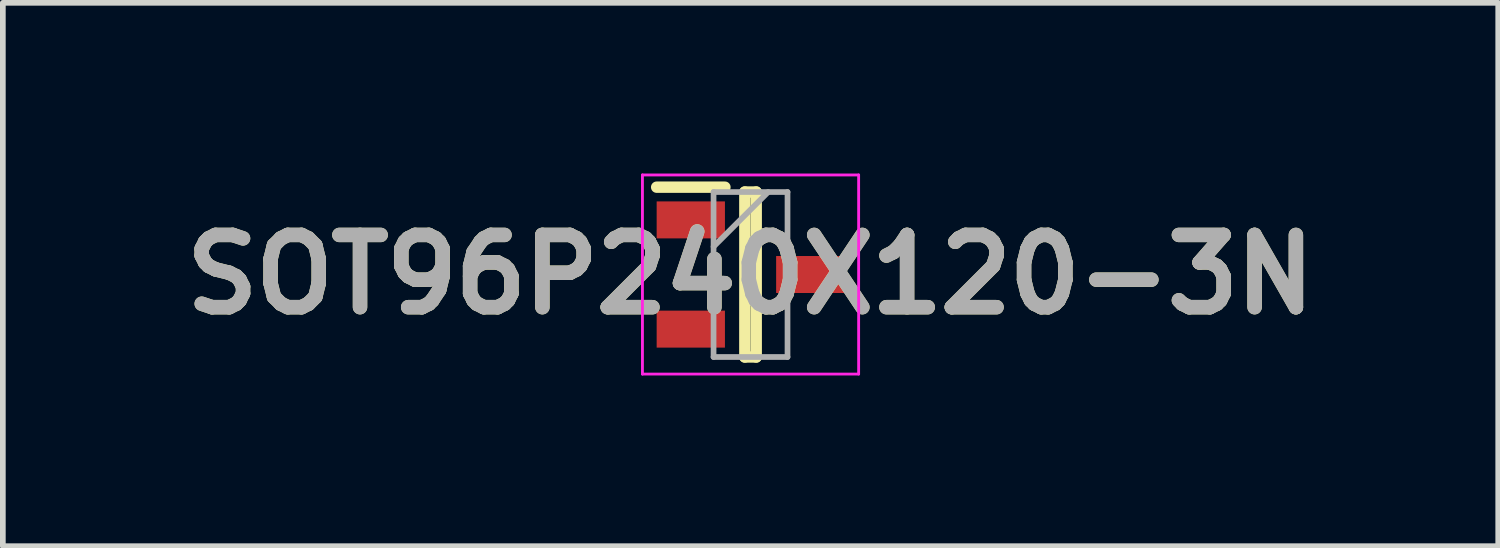
<source format=kicad_pcb>
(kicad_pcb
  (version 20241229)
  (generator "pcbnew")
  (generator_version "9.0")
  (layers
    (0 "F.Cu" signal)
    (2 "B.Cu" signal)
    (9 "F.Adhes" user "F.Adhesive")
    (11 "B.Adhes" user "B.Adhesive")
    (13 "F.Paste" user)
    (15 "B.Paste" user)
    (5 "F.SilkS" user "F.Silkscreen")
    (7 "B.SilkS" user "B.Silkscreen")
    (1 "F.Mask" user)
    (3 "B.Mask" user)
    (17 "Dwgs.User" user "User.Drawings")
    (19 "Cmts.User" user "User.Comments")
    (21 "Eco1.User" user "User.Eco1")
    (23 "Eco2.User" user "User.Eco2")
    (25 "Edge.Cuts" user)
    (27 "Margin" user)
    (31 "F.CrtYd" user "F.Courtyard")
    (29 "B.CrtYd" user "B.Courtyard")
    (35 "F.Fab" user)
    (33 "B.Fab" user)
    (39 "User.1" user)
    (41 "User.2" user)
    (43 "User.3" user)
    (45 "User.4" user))
  (footprint "SOT96P240X120-3N"
    (layer "F.Cu")
    (at 10.142 1.775)
    (property "Reference" "SOT96P240X120-3N" (at 0 0 0) (layer "F.SilkS") (effects (font (size 1.27 1.27) (thickness 0.254))))
    (attr smd)
    (fp_line (start -1.65 -1.535) (end -0.45 -1.535) (stroke (width 0.2) (type solid)) (layer "F.SilkS"))
    (fp_line (start -0.1 -1.45) (end 0.1 -1.45) (stroke (width 0.2) (type solid)) (layer "F.SilkS"))
    (fp_line (start -0.1 1.45) (end -0.1 -1.45) (stroke (width 0.2) (type solid)) (layer "F.SilkS"))
    (fp_line (start 0.1 -1.45) (end 0.1 1.45) (stroke (width 0.2) (type solid)) (layer "F.SilkS"))
    (fp_line (start 0.1 1.45) (end -0.1 1.45) (stroke (width 0.2) (type solid)) (layer "F.SilkS"))
    (fp_line (start -1.9 -1.75) (end 1.9 -1.75) (stroke (width 0.05) (type solid)) (layer "F.CrtYd"))
    (fp_line (start -1.9 1.75) (end -1.9 -1.75) (stroke (width 0.05) (type solid)) (layer "F.CrtYd"))
    (fp_line (start 1.9 -1.75) (end 1.9 1.75) (stroke (width 0.05) (type solid)) (layer "F.CrtYd"))
    (fp_line (start 1.9 1.75) (end -1.9 1.75) (stroke (width 0.05) (type solid)) (layer "F.CrtYd"))
    (fp_line (start -0.65 -1.45) (end 0.65 -1.45) (stroke (width 0.1) (type solid)) (layer "F.Fab"))
    (fp_line (start -0.65 -0.49) (end 0.31 -1.45) (stroke (width 0.1) (type solid)) (layer "F.Fab"))
    (fp_line (start -0.65 1.45) (end -0.65 -1.45) (stroke (width 0.1) (type solid)) (layer "F.Fab"))
    (fp_line (start 0.65 -1.45) (end 0.65 1.45) (stroke (width 0.1) (type solid)) (layer "F.Fab"))
    (fp_line (start 0.65 1.45) (end -0.65 1.45) (stroke (width 0.1) (type solid)) (layer "F.Fab"))
    (fp_text user "${REFERENCE}" (at 0 0 0) (layer "F.Fab") (effects (font (size 1.27 1.27) (thickness 0.254))))
    (pad "1" smd rect (at -1.05 -0.96 90) (size 0.65 1.2) (layers "F.Cu" "F.Mask" "F.Paste"))
    (pad "2" smd rect (at -1.05 0.96 90) (size 0.65 1.2) (layers "F.Cu" "F.Mask" "F.Paste"))
    (pad "3" smd rect (at 1.05 0 90) (size 0.65 1.2) (layers "F.Cu" "F.Mask" "F.Paste")))
  (gr_rect
    (start -3 -3)
    (end 23.284 6.55)
    (stroke (width 0.1) (type default))
    (fill no)
    (layer "Edge.Cuts")))
</source>
